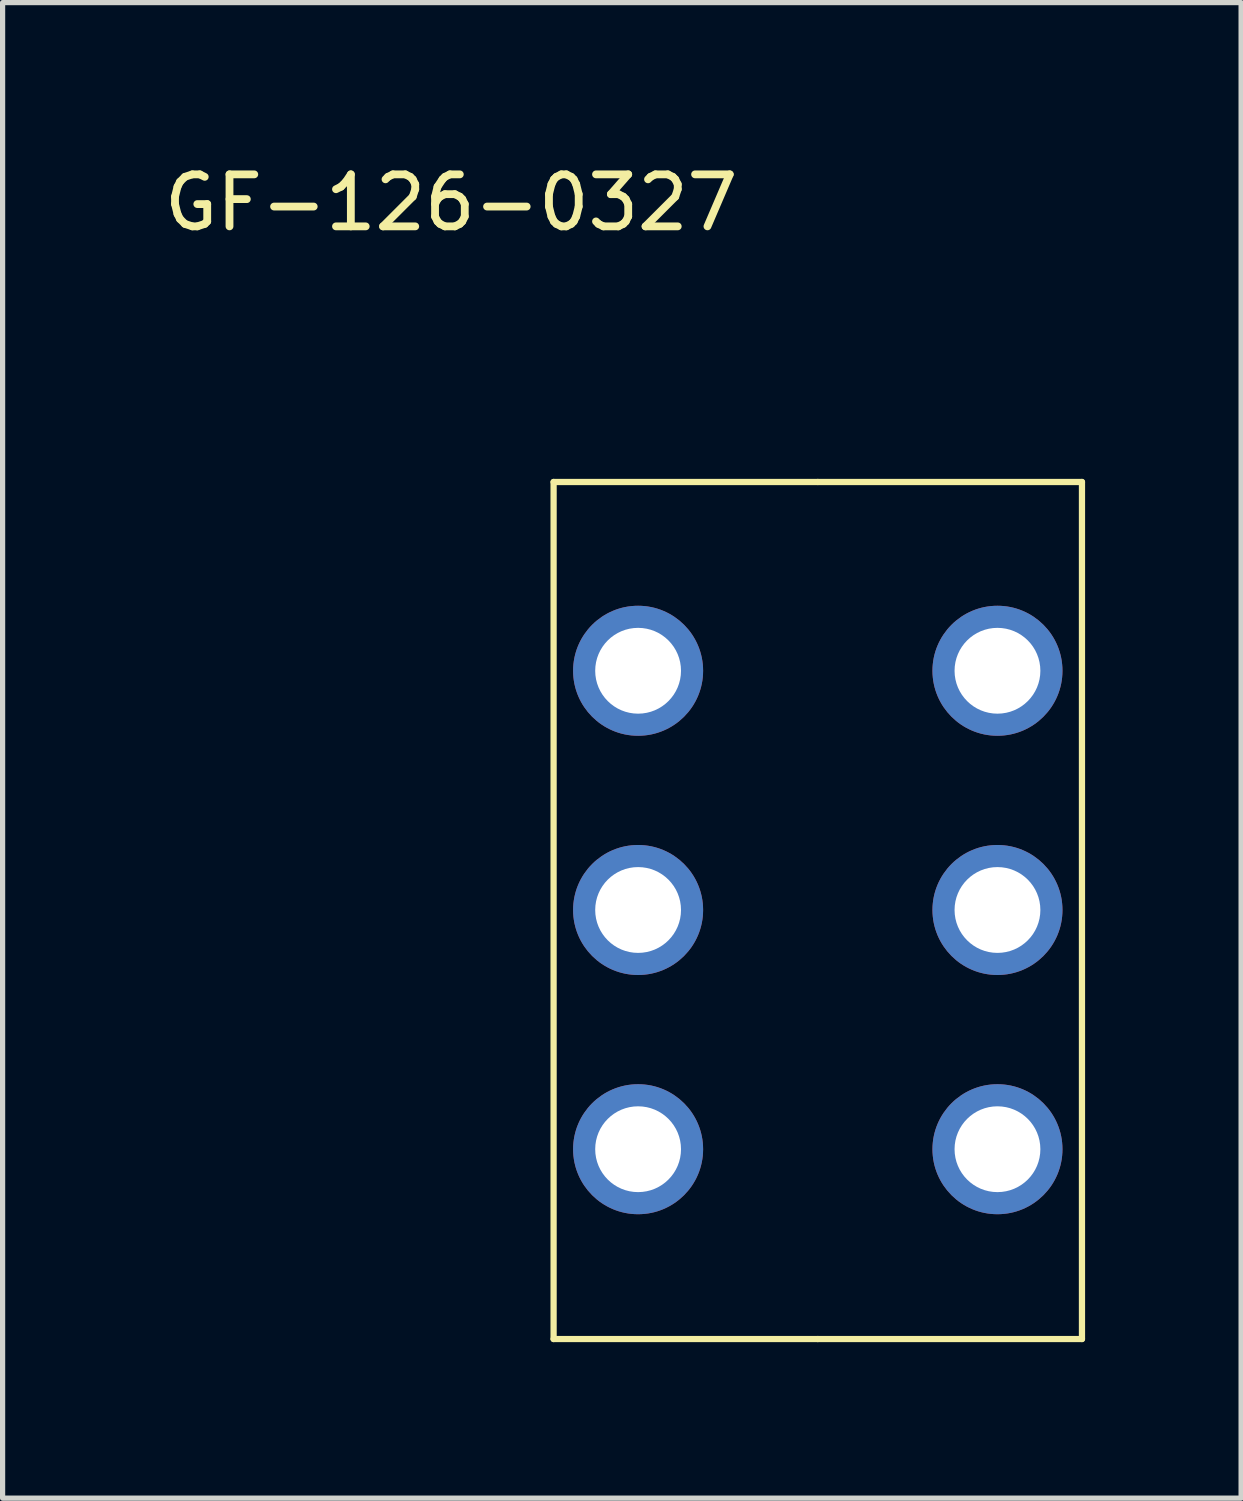
<source format=kicad_pcb>
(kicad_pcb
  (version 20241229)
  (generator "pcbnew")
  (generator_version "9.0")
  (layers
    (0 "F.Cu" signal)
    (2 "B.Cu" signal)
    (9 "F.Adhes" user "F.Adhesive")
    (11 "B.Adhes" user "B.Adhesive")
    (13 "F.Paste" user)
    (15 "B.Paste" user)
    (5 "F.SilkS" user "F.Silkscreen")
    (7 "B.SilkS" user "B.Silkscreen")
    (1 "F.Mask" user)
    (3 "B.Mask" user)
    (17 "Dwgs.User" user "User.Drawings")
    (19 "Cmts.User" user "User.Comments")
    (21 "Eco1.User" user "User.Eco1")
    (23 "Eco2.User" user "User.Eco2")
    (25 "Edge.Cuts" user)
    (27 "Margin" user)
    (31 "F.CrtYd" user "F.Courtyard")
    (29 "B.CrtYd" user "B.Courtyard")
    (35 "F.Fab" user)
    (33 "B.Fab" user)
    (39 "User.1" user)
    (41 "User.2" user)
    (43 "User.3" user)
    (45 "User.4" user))
  (footprint "GF-126-0327"
    (layer "F.Cu")
    (at 12.675 14.448)
    (property "Reference" "GF-126-0327" (at -7.05 -13.6 0) (layer "F.SilkS") (effects (font (size 1 1) (thickness 0.15))))
    (attr through_hole)
    (fp_line (start -5.08 8.25) (end -5.08 -8.23) (stroke (width 0.12) (type solid)) (layer "F.SilkS"))
    (fp_line (start 0 -8.23) (end -5.08 -8.23) (stroke (width 0.12) (type solid)) (layer "F.SilkS"))
    (fp_line (start 0 -8.23) (end 5.08 -8.23) (stroke (width 0.12) (type solid)) (layer "F.SilkS"))
    (fp_line (start 0 8.25) (end -5.08 8.25) (stroke (width 0.12) (type solid)) (layer "F.SilkS"))
    (fp_line (start 0 8.25) (end 5.08 8.25) (stroke (width 0.12) (type solid)) (layer "F.SilkS"))
    (fp_line (start 5.08 -8.23) (end 5.08 8.25) (stroke (width 0.12) (type solid)) (layer "F.SilkS"))
    (pad "1" thru_hole circle (at 3.455 -4.6) (size 2.5 2.5) (drill 1.65) (layers "*.Cu" "*.Mask"))
    (pad "2" thru_hole circle (at 3.455 0) (size 2.5 2.5) (drill 1.65) (layers "*.Cu" "*.Mask"))
    (pad "3" thru_hole circle (at 3.455 4.6) (size 2.5 2.5) (drill 1.65) (layers "*.Cu" "*.Mask"))
    (pad "4" thru_hole circle (at -3.455 4.6) (size 2.5 2.5) (drill 1.65) (layers "*.Cu" "*.Mask"))
    (pad "5" thru_hole circle (at -3.455 0) (size 2.5 2.5) (drill 1.65) (layers "*.Cu" "*.Mask"))
    (pad "6" thru_hole circle (at -3.455 -4.6) (size 2.5 2.5) (drill 1.65) (layers "*.Cu" "*.Mask")))
  (gr_rect
    (start -3 -3)
    (end 20.815 25.758)
    (stroke (width 0.1) (type default))
    (fill no)
    (layer "Edge.Cuts")))
</source>
